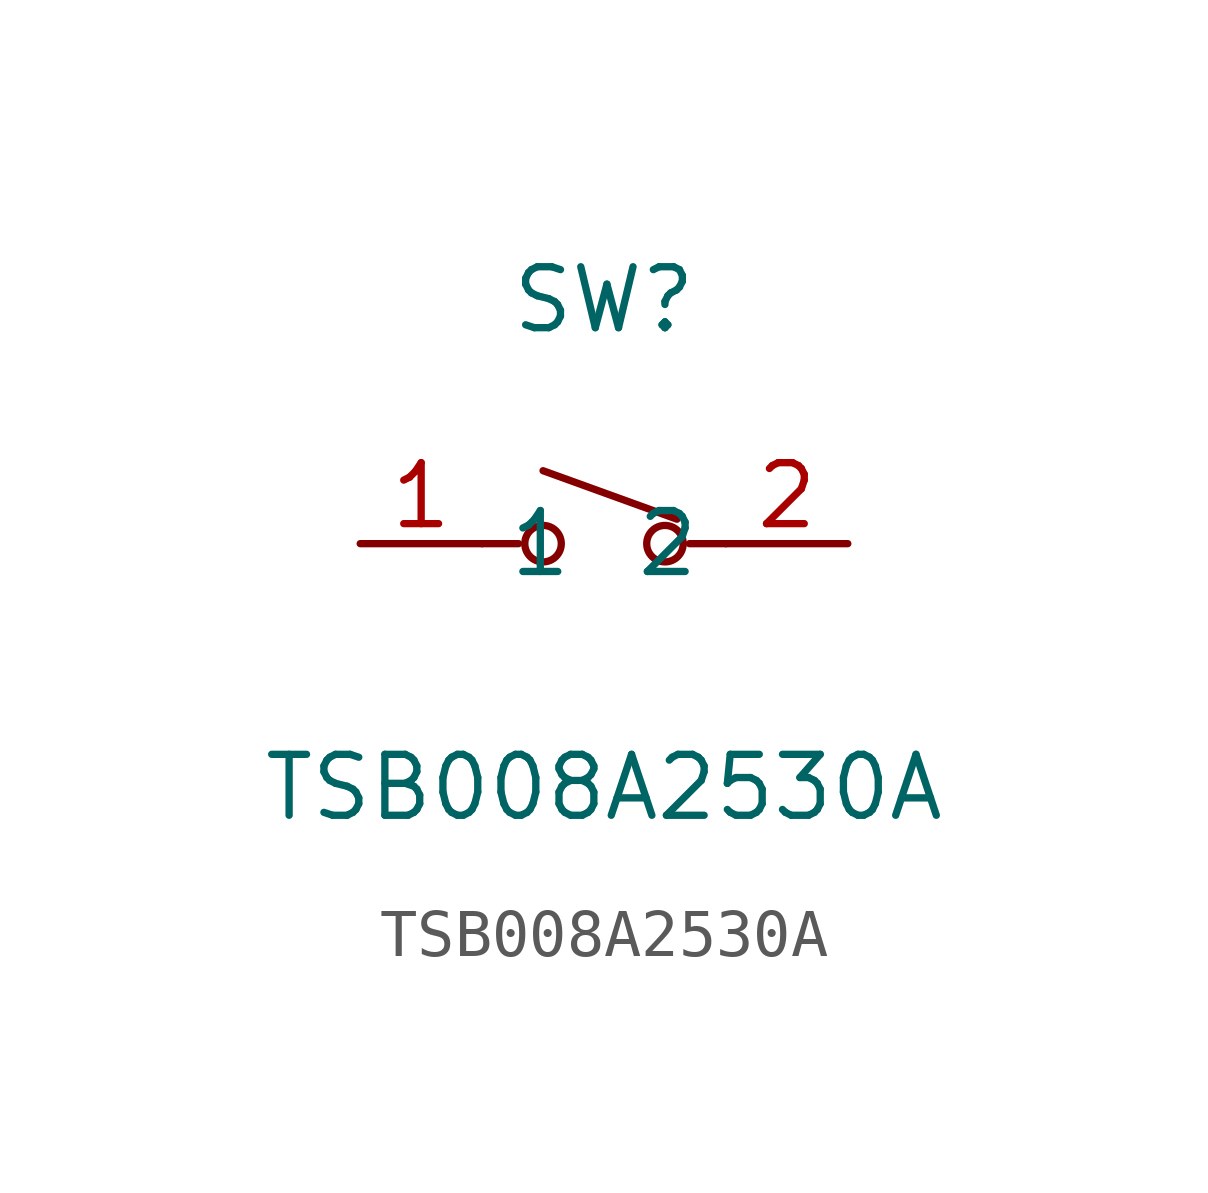
<source format=kicad_sym>
(kicad_symbol_lib
  (version 20241209)
  (generator "kicad_symbol_editor")
  (generator_version "9.0")
  (symbol "TSB008A2530A"
    (property "Reference" "SW"
      (at 0 5.08 0)
      (effects (font (size 1.27 1.27))))
    (property "Value" "TSB008A2530A"
      (at 0 -5.08 0)
      (effects (font (size 1.27 1.27))))
    (symbol "TSB008A2530A_0_1"
      (polyline (pts (xy -1.78 0) (xy -2.54 0)) (stroke (width 0) (type default)) (fill (type none)))
      (circle (center -1.27 0) (radius 0.38) (stroke (width 0) (type default)) (fill (type none)))
      (circle (center 1.27 0) (radius 0.38) (stroke (width 0) (type default)) (fill (type none)))
      (polyline (pts (xy 1.52 0.51) (xy -1.27 1.52)) (stroke (width 0) (type default)) (fill (type none)))
      (polyline (pts (xy 1.78 0) (xy 2.54 0)) (stroke (width 0) (type default)) (fill (type none)))
      (pin unspecified line (at -5.08 0 0) (length 2.54) (name "1" (effects (font (size 1.27 1.27)))) (number "1" (effects (font (size 1.27 1.27)))))
      (pin unspecified line (at 5.08 0 180) (length 2.54) (name "2" (effects (font (size 1.27 1.27)))) (number "2" (effects (font (size 1.27 1.27))))))))
</source>
